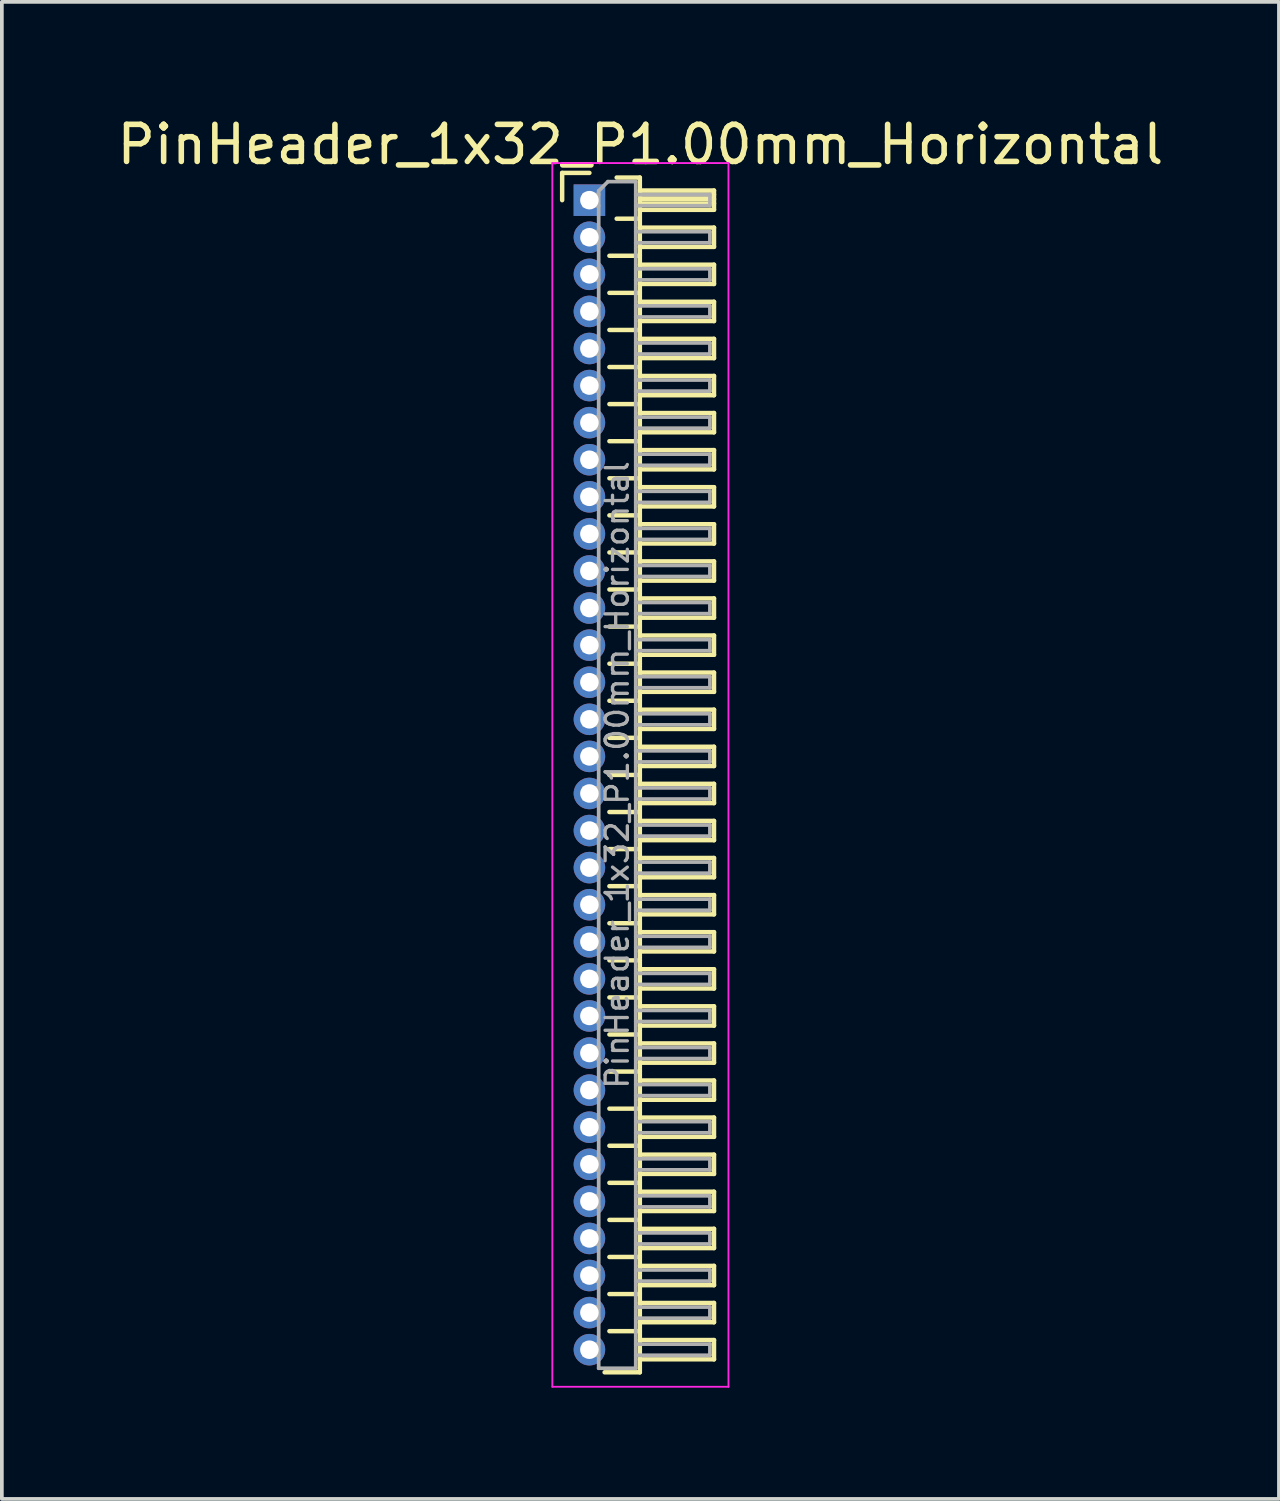
<source format=kicad_pcb>
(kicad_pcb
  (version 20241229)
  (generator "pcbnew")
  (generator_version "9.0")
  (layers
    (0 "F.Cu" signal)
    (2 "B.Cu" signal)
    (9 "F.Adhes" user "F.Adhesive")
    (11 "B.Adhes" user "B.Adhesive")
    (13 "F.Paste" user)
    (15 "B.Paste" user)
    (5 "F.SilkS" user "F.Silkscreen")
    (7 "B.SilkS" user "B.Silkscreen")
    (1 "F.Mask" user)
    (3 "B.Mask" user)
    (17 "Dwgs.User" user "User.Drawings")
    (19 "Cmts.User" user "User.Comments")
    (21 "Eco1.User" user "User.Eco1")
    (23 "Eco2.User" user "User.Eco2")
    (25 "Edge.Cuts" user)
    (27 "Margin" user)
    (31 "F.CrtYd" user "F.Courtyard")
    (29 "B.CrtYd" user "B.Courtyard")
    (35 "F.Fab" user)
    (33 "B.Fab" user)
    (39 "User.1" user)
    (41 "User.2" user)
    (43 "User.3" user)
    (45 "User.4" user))
  (footprint "PinHeader_1x32_P1.00mm_Horizontal"
    (layer "F.Cu")
    (at 12.845 2.348)
    (property "Reference" "PinHeader_1x32_P1.00mm_Horizontal" (at 1.375 -1.5 0) (layer "F.SilkS") (effects (font (size 1 1) (thickness 0.15))))
    (attr through_hole)
    (fp_line (start -0.735 -0.735) (end 0 -0.735) (stroke (width 0.12) (type solid)) (layer "F.SilkS"))
    (fp_line (start -0.735 0) (end -0.735 -0.735) (stroke (width 0.12) (type solid)) (layer "F.SilkS"))
    (fp_line (start 0.539 1.5) (end 1.36 1.5) (stroke (width 0.12) (type solid)) (layer "F.SilkS"))
    (fp_line (start 0.539 2.5) (end 1.36 2.5) (stroke (width 0.12) (type solid)) (layer "F.SilkS"))
    (fp_line (start 0.539 3.5) (end 1.36 3.5) (stroke (width 0.12) (type solid)) (layer "F.SilkS"))
    (fp_line (start 0.539 4.5) (end 1.36 4.5) (stroke (width 0.12) (type solid)) (layer "F.SilkS"))
    (fp_line (start 0.539 5.5) (end 1.36 5.5) (stroke (width 0.12) (type solid)) (layer "F.SilkS"))
    (fp_line (start 0.539 6.5) (end 1.36 6.5) (stroke (width 0.12) (type solid)) (layer "F.SilkS"))
    (fp_line (start 0.539 7.5) (end 1.36 7.5) (stroke (width 0.12) (type solid)) (layer "F.SilkS"))
    (fp_line (start 0.539 8.5) (end 1.36 8.5) (stroke (width 0.12) (type solid)) (layer "F.SilkS"))
    (fp_line (start 0.539 9.5) (end 1.36 9.5) (stroke (width 0.12) (type solid)) (layer "F.SilkS"))
    (fp_line (start 0.539 10.5) (end 1.36 10.5) (stroke (width 0.12) (type solid)) (layer "F.SilkS"))
    (fp_line (start 0.539 11.5) (end 1.36 11.5) (stroke (width 0.12) (type solid)) (layer "F.SilkS"))
    (fp_line (start 0.539 12.5) (end 1.36 12.5) (stroke (width 0.12) (type solid)) (layer "F.SilkS"))
    (fp_line (start 0.539 13.5) (end 1.36 13.5) (stroke (width 0.12) (type solid)) (layer "F.SilkS"))
    (fp_line (start 0.539 14.5) (end 1.36 14.5) (stroke (width 0.12) (type solid)) (layer "F.SilkS"))
    (fp_line (start 0.539 15.5) (end 1.36 15.5) (stroke (width 0.12) (type solid)) (layer "F.SilkS"))
    (fp_line (start 0.539 16.5) (end 1.36 16.5) (stroke (width 0.12) (type solid)) (layer "F.SilkS"))
    (fp_line (start 0.539 17.5) (end 1.36 17.5) (stroke (width 0.12) (type solid)) (layer "F.SilkS"))
    (fp_line (start 0.539 18.5) (end 1.36 18.5) (stroke (width 0.12) (type solid)) (layer "F.SilkS"))
    (fp_line (start 0.539 19.5) (end 1.36 19.5) (stroke (width 0.12) (type solid)) (layer "F.SilkS"))
    (fp_line (start 0.539 20.5) (end 1.36 20.5) (stroke (width 0.12) (type solid)) (layer "F.SilkS"))
    (fp_line (start 0.539 21.5) (end 1.36 21.5) (stroke (width 0.12) (type solid)) (layer "F.SilkS"))
    (fp_line (start 0.539 22.5) (end 1.36 22.5) (stroke (width 0.12) (type solid)) (layer "F.SilkS"))
    (fp_line (start 0.539 23.5) (end 1.36 23.5) (stroke (width 0.12) (type solid)) (layer "F.SilkS"))
    (fp_line (start 0.539 24.5) (end 1.36 24.5) (stroke (width 0.12) (type solid)) (layer "F.SilkS"))
    (fp_line (start 0.539 25.5) (end 1.36 25.5) (stroke (width 0.12) (type solid)) (layer "F.SilkS"))
    (fp_line (start 0.539 26.5) (end 1.36 26.5) (stroke (width 0.12) (type solid)) (layer "F.SilkS"))
    (fp_line (start 0.539 27.5) (end 1.36 27.5) (stroke (width 0.12) (type solid)) (layer "F.SilkS"))
    (fp_line (start 0.539 28.5) (end 1.36 28.5) (stroke (width 0.12) (type solid)) (layer "F.SilkS"))
    (fp_line (start 0.539 29.5) (end 1.36 29.5) (stroke (width 0.12) (type solid)) (layer "F.SilkS"))
    (fp_line (start 0.539 30.5) (end 1.36 30.5) (stroke (width 0.12) (type solid)) (layer "F.SilkS"))
    (fp_line (start 0.735 -0.61) (end 1.36 -0.61) (stroke (width 0.12) (type solid)) (layer "F.SilkS"))
    (fp_line (start 0.735 0.5) (end 1.36 0.5) (stroke (width 0.12) (type solid)) (layer "F.SilkS"))
    (fp_line (start 1.36 -0.61) (end 1.36 31.61) (stroke (width 0.12) (type solid)) (layer "F.SilkS"))
    (fp_line (start 1.36 -0.26) (end 3.36 -0.26) (stroke (width 0.12) (type solid)) (layer "F.SilkS"))
    (fp_line (start 1.36 -0.15) (end 3.36 -0.15) (stroke (width 0.12) (type solid)) (layer "F.SilkS"))
    (fp_line (start 1.36 -0.03) (end 3.36 -0.03) (stroke (width 0.12) (type solid)) (layer "F.SilkS"))
    (fp_line (start 1.36 0.09) (end 3.36 0.09) (stroke (width 0.12) (type solid)) (layer "F.SilkS"))
    (fp_line (start 1.36 0.74) (end 3.36 0.74) (stroke (width 0.12) (type solid)) (layer "F.SilkS"))
    (fp_line (start 1.36 1.74) (end 3.36 1.74) (stroke (width 0.12) (type solid)) (layer "F.SilkS"))
    (fp_line (start 1.36 2.74) (end 3.36 2.74) (stroke (width 0.12) (type solid)) (layer "F.SilkS"))
    (fp_line (start 1.36 3.74) (end 3.36 3.74) (stroke (width 0.12) (type solid)) (layer "F.SilkS"))
    (fp_line (start 1.36 4.74) (end 3.36 4.74) (stroke (width 0.12) (type solid)) (layer "F.SilkS"))
    (fp_line (start 1.36 5.74) (end 3.36 5.74) (stroke (width 0.12) (type solid)) (layer "F.SilkS"))
    (fp_line (start 1.36 6.74) (end 3.36 6.74) (stroke (width 0.12) (type solid)) (layer "F.SilkS"))
    (fp_line (start 1.36 7.74) (end 3.36 7.74) (stroke (width 0.12) (type solid)) (layer "F.SilkS"))
    (fp_line (start 1.36 8.74) (end 3.36 8.74) (stroke (width 0.12) (type solid)) (layer "F.SilkS"))
    (fp_line (start 1.36 9.74) (end 3.36 9.74) (stroke (width 0.12) (type solid)) (layer "F.SilkS"))
    (fp_line (start 1.36 10.74) (end 3.36 10.74) (stroke (width 0.12) (type solid)) (layer "F.SilkS"))
    (fp_line (start 1.36 11.74) (end 3.36 11.74) (stroke (width 0.12) (type solid)) (layer "F.SilkS"))
    (fp_line (start 1.36 12.74) (end 3.36 12.74) (stroke (width 0.12) (type solid)) (layer "F.SilkS"))
    (fp_line (start 1.36 13.74) (end 3.36 13.74) (stroke (width 0.12) (type solid)) (layer "F.SilkS"))
    (fp_line (start 1.36 14.74) (end 3.36 14.74) (stroke (width 0.12) (type solid)) (layer "F.SilkS"))
    (fp_line (start 1.36 15.74) (end 3.36 15.74) (stroke (width 0.12) (type solid)) (layer "F.SilkS"))
    (fp_line (start 1.36 16.74) (end 3.36 16.74) (stroke (width 0.12) (type solid)) (layer "F.SilkS"))
    (fp_line (start 1.36 17.74) (end 3.36 17.74) (stroke (width 0.12) (type solid)) (layer "F.SilkS"))
    (fp_line (start 1.36 18.74) (end 3.36 18.74) (stroke (width 0.12) (type solid)) (layer "F.SilkS"))
    (fp_line (start 1.36 19.74) (end 3.36 19.74) (stroke (width 0.12) (type solid)) (layer "F.SilkS"))
    (fp_line (start 1.36 20.74) (end 3.36 20.74) (stroke (width 0.12) (type solid)) (layer "F.SilkS"))
    (fp_line (start 1.36 21.74) (end 3.36 21.74) (stroke (width 0.12) (type solid)) (layer "F.SilkS"))
    (fp_line (start 1.36 22.74) (end 3.36 22.74) (stroke (width 0.12) (type solid)) (layer "F.SilkS"))
    (fp_line (start 1.36 23.74) (end 3.36 23.74) (stroke (width 0.12) (type solid)) (layer "F.SilkS"))
    (fp_line (start 1.36 24.74) (end 3.36 24.74) (stroke (width 0.12) (type solid)) (layer "F.SilkS"))
    (fp_line (start 1.36 25.74) (end 3.36 25.74) (stroke (width 0.12) (type solid)) (layer "F.SilkS"))
    (fp_line (start 1.36 26.74) (end 3.36 26.74) (stroke (width 0.12) (type solid)) (layer "F.SilkS"))
    (fp_line (start 1.36 27.74) (end 3.36 27.74) (stroke (width 0.12) (type solid)) (layer "F.SilkS"))
    (fp_line (start 1.36 28.74) (end 3.36 28.74) (stroke (width 0.12) (type solid)) (layer "F.SilkS"))
    (fp_line (start 1.36 29.74) (end 3.36 29.74) (stroke (width 0.12) (type solid)) (layer "F.SilkS"))
    (fp_line (start 1.36 30.74) (end 3.36 30.74) (stroke (width 0.12) (type solid)) (layer "F.SilkS"))
    (fp_line (start 1.36 31.61) (end 0.41 31.61) (stroke (width 0.12) (type solid)) (layer "F.SilkS"))
    (fp_line (start 3.36 -0.26) (end 3.36 0.26) (stroke (width 0.12) (type solid)) (layer "F.SilkS"))
    (fp_line (start 3.36 0.26) (end 1.36 0.26) (stroke (width 0.12) (type solid)) (layer "F.SilkS"))
    (fp_line (start 3.36 0.74) (end 3.36 1.26) (stroke (width 0.12) (type solid)) (layer "F.SilkS"))
    (fp_line (start 3.36 1.26) (end 1.36 1.26) (stroke (width 0.12) (type solid)) (layer "F.SilkS"))
    (fp_line (start 3.36 1.74) (end 3.36 2.26) (stroke (width 0.12) (type solid)) (layer "F.SilkS"))
    (fp_line (start 3.36 2.26) (end 1.36 2.26) (stroke (width 0.12) (type solid)) (layer "F.SilkS"))
    (fp_line (start 3.36 2.74) (end 3.36 3.26) (stroke (width 0.12) (type solid)) (layer "F.SilkS"))
    (fp_line (start 3.36 3.26) (end 1.36 3.26) (stroke (width 0.12) (type solid)) (layer "F.SilkS"))
    (fp_line (start 3.36 3.74) (end 3.36 4.26) (stroke (width 0.12) (type solid)) (layer "F.SilkS"))
    (fp_line (start 3.36 4.26) (end 1.36 4.26) (stroke (width 0.12) (type solid)) (layer "F.SilkS"))
    (fp_line (start 3.36 4.74) (end 3.36 5.26) (stroke (width 0.12) (type solid)) (layer "F.SilkS"))
    (fp_line (start 3.36 5.26) (end 1.36 5.26) (stroke (width 0.12) (type solid)) (layer "F.SilkS"))
    (fp_line (start 3.36 5.74) (end 3.36 6.26) (stroke (width 0.12) (type solid)) (layer "F.SilkS"))
    (fp_line (start 3.36 6.26) (end 1.36 6.26) (stroke (width 0.12) (type solid)) (layer "F.SilkS"))
    (fp_line (start 3.36 6.74) (end 3.36 7.26) (stroke (width 0.12) (type solid)) (layer "F.SilkS"))
    (fp_line (start 3.36 7.26) (end 1.36 7.26) (stroke (width 0.12) (type solid)) (layer "F.SilkS"))
    (fp_line (start 3.36 7.74) (end 3.36 8.26) (stroke (width 0.12) (type solid)) (layer "F.SilkS"))
    (fp_line (start 3.36 8.26) (end 1.36 8.26) (stroke (width 0.12) (type solid)) (layer "F.SilkS"))
    (fp_line (start 3.36 8.74) (end 3.36 9.26) (stroke (width 0.12) (type solid)) (layer "F.SilkS"))
    (fp_line (start 3.36 9.26) (end 1.36 9.26) (stroke (width 0.12) (type solid)) (layer "F.SilkS"))
    (fp_line (start 3.36 9.74) (end 3.36 10.26) (stroke (width 0.12) (type solid)) (layer "F.SilkS"))
    (fp_line (start 3.36 10.26) (end 1.36 10.26) (stroke (width 0.12) (type solid)) (layer "F.SilkS"))
    (fp_line (start 3.36 10.74) (end 3.36 11.26) (stroke (width 0.12) (type solid)) (layer "F.SilkS"))
    (fp_line (start 3.36 11.26) (end 1.36 11.26) (stroke (width 0.12) (type solid)) (layer "F.SilkS"))
    (fp_line (start 3.36 11.74) (end 3.36 12.26) (stroke (width 0.12) (type solid)) (layer "F.SilkS"))
    (fp_line (start 3.36 12.26) (end 1.36 12.26) (stroke (width 0.12) (type solid)) (layer "F.SilkS"))
    (fp_line (start 3.36 12.74) (end 3.36 13.26) (stroke (width 0.12) (type solid)) (layer "F.SilkS"))
    (fp_line (start 3.36 13.26) (end 1.36 13.26) (stroke (width 0.12) (type solid)) (layer "F.SilkS"))
    (fp_line (start 3.36 13.74) (end 3.36 14.26) (stroke (width 0.12) (type solid)) (layer "F.SilkS"))
    (fp_line (start 3.36 14.26) (end 1.36 14.26) (stroke (width 0.12) (type solid)) (layer "F.SilkS"))
    (fp_line (start 3.36 14.74) (end 3.36 15.26) (stroke (width 0.12) (type solid)) (layer "F.SilkS"))
    (fp_line (start 3.36 15.26) (end 1.36 15.26) (stroke (width 0.12) (type solid)) (layer "F.SilkS"))
    (fp_line (start 3.36 15.74) (end 3.36 16.26) (stroke (width 0.12) (type solid)) (layer "F.SilkS"))
    (fp_line (start 3.36 16.26) (end 1.36 16.26) (stroke (width 0.12) (type solid)) (layer "F.SilkS"))
    (fp_line (start 3.36 16.74) (end 3.36 17.26) (stroke (width 0.12) (type solid)) (layer "F.SilkS"))
    (fp_line (start 3.36 17.26) (end 1.36 17.26) (stroke (width 0.12) (type solid)) (layer "F.SilkS"))
    (fp_line (start 3.36 17.74) (end 3.36 18.26) (stroke (width 0.12) (type solid)) (layer "F.SilkS"))
    (fp_line (start 3.36 18.26) (end 1.36 18.26) (stroke (width 0.12) (type solid)) (layer "F.SilkS"))
    (fp_line (start 3.36 18.74) (end 3.36 19.26) (stroke (width 0.12) (type solid)) (layer "F.SilkS"))
    (fp_line (start 3.36 19.26) (end 1.36 19.26) (stroke (width 0.12) (type solid)) (layer "F.SilkS"))
    (fp_line (start 3.36 19.74) (end 3.36 20.26) (stroke (width 0.12) (type solid)) (layer "F.SilkS"))
    (fp_line (start 3.36 20.26) (end 1.36 20.26) (stroke (width 0.12) (type solid)) (layer "F.SilkS"))
    (fp_line (start 3.36 20.74) (end 3.36 21.26) (stroke (width 0.12) (type solid)) (layer "F.SilkS"))
    (fp_line (start 3.36 21.26) (end 1.36 21.26) (stroke (width 0.12) (type solid)) (layer "F.SilkS"))
    (fp_line (start 3.36 21.74) (end 3.36 22.26) (stroke (width 0.12) (type solid)) (layer "F.SilkS"))
    (fp_line (start 3.36 22.26) (end 1.36 22.26) (stroke (width 0.12) (type solid)) (layer "F.SilkS"))
    (fp_line (start 3.36 22.74) (end 3.36 23.26) (stroke (width 0.12) (type solid)) (layer "F.SilkS"))
    (fp_line (start 3.36 23.26) (end 1.36 23.26) (stroke (width 0.12) (type solid)) (layer "F.SilkS"))
    (fp_line (start 3.36 23.74) (end 3.36 24.26) (stroke (width 0.12) (type solid)) (layer "F.SilkS"))
    (fp_line (start 3.36 24.26) (end 1.36 24.26) (stroke (width 0.12) (type solid)) (layer "F.SilkS"))
    (fp_line (start 3.36 24.74) (end 3.36 25.26) (stroke (width 0.12) (type solid)) (layer "F.SilkS"))
    (fp_line (start 3.36 25.26) (end 1.36 25.26) (stroke (width 0.12) (type solid)) (layer "F.SilkS"))
    (fp_line (start 3.36 25.74) (end 3.36 26.26) (stroke (width 0.12) (type solid)) (layer "F.SilkS"))
    (fp_line (start 3.36 26.26) (end 1.36 26.26) (stroke (width 0.12) (type solid)) (layer "F.SilkS"))
    (fp_line (start 3.36 26.74) (end 3.36 27.26) (stroke (width 0.12) (type solid)) (layer "F.SilkS"))
    (fp_line (start 3.36 27.26) (end 1.36 27.26) (stroke (width 0.12) (type solid)) (layer "F.SilkS"))
    (fp_line (start 3.36 27.74) (end 3.36 28.26) (stroke (width 0.12) (type solid)) (layer "F.SilkS"))
    (fp_line (start 3.36 28.26) (end 1.36 28.26) (stroke (width 0.12) (type solid)) (layer "F.SilkS"))
    (fp_line (start 3.36 28.74) (end 3.36 29.26) (stroke (width 0.12) (type solid)) (layer "F.SilkS"))
    (fp_line (start 3.36 29.26) (end 1.36 29.26) (stroke (width 0.12) (type solid)) (layer "F.SilkS"))
    (fp_line (start 3.36 29.74) (end 3.36 30.26) (stroke (width 0.12) (type solid)) (layer "F.SilkS"))
    (fp_line (start 3.36 30.26) (end 1.36 30.26) (stroke (width 0.12) (type solid)) (layer "F.SilkS"))
    (fp_line (start 3.36 30.74) (end 3.36 31.26) (stroke (width 0.12) (type solid)) (layer "F.SilkS"))
    (fp_line (start 3.36 31.26) (end 1.36 31.26) (stroke (width 0.12) (type solid)) (layer "F.SilkS"))
    (fp_line (start -1 -1) (end -1 32) (stroke (width 0.05) (type solid)) (layer "F.CrtYd"))
    (fp_line (start -1 32) (end 3.75 32) (stroke (width 0.05) (type solid)) (layer "F.CrtYd"))
    (fp_line (start 3.75 -1) (end -1 -1) (stroke (width 0.05) (type solid)) (layer "F.CrtYd"))
    (fp_line (start 3.75 32) (end 3.75 -1) (stroke (width 0.05) (type solid)) (layer "F.CrtYd"))
    (fp_line (start -0.15 -0.15) (end -0.15 0.15) (stroke (width 0.1) (type solid)) (layer "F.Fab"))
    (fp_line (start -0.15 -0.15) (end 0.25 -0.15) (stroke (width 0.1) (type solid)) (layer "F.Fab"))
    (fp_line (start -0.15 0.15) (end 0.25 0.15) (stroke (width 0.1) (type solid)) (layer "F.Fab"))
    (fp_line (start -0.15 0.85) (end -0.15 1.15) (stroke (width 0.1) (type solid)) (layer "F.Fab"))
    (fp_line (start -0.15 0.85) (end 0.25 0.85) (stroke (width 0.1) (type solid)) (layer "F.Fab"))
    (fp_line (start -0.15 1.15) (end 0.25 1.15) (stroke (width 0.1) (type solid)) (layer "F.Fab"))
    (fp_line (start -0.15 1.85) (end -0.15 2.15) (stroke (width 0.1) (type solid)) (layer "F.Fab"))
    (fp_line (start -0.15 1.85) (end 0.25 1.85) (stroke (width 0.1) (type solid)) (layer "F.Fab"))
    (fp_line (start -0.15 2.15) (end 0.25 2.15) (stroke (width 0.1) (type solid)) (layer "F.Fab"))
    (fp_line (start -0.15 2.85) (end -0.15 3.15) (stroke (width 0.1) (type solid)) (layer "F.Fab"))
    (fp_line (start -0.15 2.85) (end 0.25 2.85) (stroke (width 0.1) (type solid)) (layer "F.Fab"))
    (fp_line (start -0.15 3.15) (end 0.25 3.15) (stroke (width 0.1) (type solid)) (layer "F.Fab"))
    (fp_line (start -0.15 3.85) (end -0.15 4.15) (stroke (width 0.1) (type solid)) (layer "F.Fab"))
    (fp_line (start -0.15 3.85) (end 0.25 3.85) (stroke (width 0.1) (type solid)) (layer "F.Fab"))
    (fp_line (start -0.15 4.15) (end 0.25 4.15) (stroke (width 0.1) (type solid)) (layer "F.Fab"))
    (fp_line (start -0.15 4.85) (end -0.15 5.15) (stroke (width 0.1) (type solid)) (layer "F.Fab"))
    (fp_line (start -0.15 4.85) (end 0.25 4.85) (stroke (width 0.1) (type solid)) (layer "F.Fab"))
    (fp_line (start -0.15 5.15) (end 0.25 5.15) (stroke (width 0.1) (type solid)) (layer "F.Fab"))
    (fp_line (start -0.15 5.85) (end -0.15 6.15) (stroke (width 0.1) (type solid)) (layer "F.Fab"))
    (fp_line (start -0.15 5.85) (end 0.25 5.85) (stroke (width 0.1) (type solid)) (layer "F.Fab"))
    (fp_line (start -0.15 6.15) (end 0.25 6.15) (stroke (width 0.1) (type solid)) (layer "F.Fab"))
    (fp_line (start -0.15 6.85) (end -0.15 7.15) (stroke (width 0.1) (type solid)) (layer "F.Fab"))
    (fp_line (start -0.15 6.85) (end 0.25 6.85) (stroke (width 0.1) (type solid)) (layer "F.Fab"))
    (fp_line (start -0.15 7.15) (end 0.25 7.15) (stroke (width 0.1) (type solid)) (layer "F.Fab"))
    (fp_line (start -0.15 7.85) (end -0.15 8.15) (stroke (width 0.1) (type solid)) (layer "F.Fab"))
    (fp_line (start -0.15 7.85) (end 0.25 7.85) (stroke (width 0.1) (type solid)) (layer "F.Fab"))
    (fp_line (start -0.15 8.15) (end 0.25 8.15) (stroke (width 0.1) (type solid)) (layer "F.Fab"))
    (fp_line (start -0.15 8.85) (end -0.15 9.15) (stroke (width 0.1) (type solid)) (layer "F.Fab"))
    (fp_line (start -0.15 8.85) (end 0.25 8.85) (stroke (width 0.1) (type solid)) (layer "F.Fab"))
    (fp_line (start -0.15 9.15) (end 0.25 9.15) (stroke (width 0.1) (type solid)) (layer "F.Fab"))
    (fp_line (start -0.15 9.85) (end -0.15 10.15) (stroke (width 0.1) (type solid)) (layer "F.Fab"))
    (fp_line (start -0.15 9.85) (end 0.25 9.85) (stroke (width 0.1) (type solid)) (layer "F.Fab"))
    (fp_line (start -0.15 10.15) (end 0.25 10.15) (stroke (width 0.1) (type solid)) (layer "F.Fab"))
    (fp_line (start -0.15 10.85) (end -0.15 11.15) (stroke (width 0.1) (type solid)) (layer "F.Fab"))
    (fp_line (start -0.15 10.85) (end 0.25 10.85) (stroke (width 0.1) (type solid)) (layer "F.Fab"))
    (fp_line (start -0.15 11.15) (end 0.25 11.15) (stroke (width 0.1) (type solid)) (layer "F.Fab"))
    (fp_line (start -0.15 11.85) (end -0.15 12.15) (stroke (width 0.1) (type solid)) (layer "F.Fab"))
    (fp_line (start -0.15 11.85) (end 0.25 11.85) (stroke (width 0.1) (type solid)) (layer "F.Fab"))
    (fp_line (start -0.15 12.15) (end 0.25 12.15) (stroke (width 0.1) (type solid)) (layer "F.Fab"))
    (fp_line (start -0.15 12.85) (end -0.15 13.15) (stroke (width 0.1) (type solid)) (layer "F.Fab"))
    (fp_line (start -0.15 12.85) (end 0.25 12.85) (stroke (width 0.1) (type solid)) (layer "F.Fab"))
    (fp_line (start -0.15 13.15) (end 0.25 13.15) (stroke (width 0.1) (type solid)) (layer "F.Fab"))
    (fp_line (start -0.15 13.85) (end -0.15 14.15) (stroke (width 0.1) (type solid)) (layer "F.Fab"))
    (fp_line (start -0.15 13.85) (end 0.25 13.85) (stroke (width 0.1) (type solid)) (layer "F.Fab"))
    (fp_line (start -0.15 14.15) (end 0.25 14.15) (stroke (width 0.1) (type solid)) (layer "F.Fab"))
    (fp_line (start -0.15 14.85) (end -0.15 15.15) (stroke (width 0.1) (type solid)) (layer "F.Fab"))
    (fp_line (start -0.15 14.85) (end 0.25 14.85) (stroke (width 0.1) (type solid)) (layer "F.Fab"))
    (fp_line (start -0.15 15.15) (end 0.25 15.15) (stroke (width 0.1) (type solid)) (layer "F.Fab"))
    (fp_line (start -0.15 15.85) (end -0.15 16.15) (stroke (width 0.1) (type solid)) (layer "F.Fab"))
    (fp_line (start -0.15 15.85) (end 0.25 15.85) (stroke (width 0.1) (type solid)) (layer "F.Fab"))
    (fp_line (start -0.15 16.15) (end 0.25 16.15) (stroke (width 0.1) (type solid)) (layer "F.Fab"))
    (fp_line (start -0.15 16.85) (end -0.15 17.15) (stroke (width 0.1) (type solid)) (layer "F.Fab"))
    (fp_line (start -0.15 16.85) (end 0.25 16.85) (stroke (width 0.1) (type solid)) (layer "F.Fab"))
    (fp_line (start -0.15 17.15) (end 0.25 17.15) (stroke (width 0.1) (type solid)) (layer "F.Fab"))
    (fp_line (start -0.15 17.85) (end -0.15 18.15) (stroke (width 0.1) (type solid)) (layer "F.Fab"))
    (fp_line (start -0.15 17.85) (end 0.25 17.85) (stroke (width 0.1) (type solid)) (layer "F.Fab"))
    (fp_line (start -0.15 18.15) (end 0.25 18.15) (stroke (width 0.1) (type solid)) (layer "F.Fab"))
    (fp_line (start -0.15 18.85) (end -0.15 19.15) (stroke (width 0.1) (type solid)) (layer "F.Fab"))
    (fp_line (start -0.15 18.85) (end 0.25 18.85) (stroke (width 0.1) (type solid)) (layer "F.Fab"))
    (fp_line (start -0.15 19.15) (end 0.25 19.15) (stroke (width 0.1) (type solid)) (layer "F.Fab"))
    (fp_line (start -0.15 19.85) (end -0.15 20.15) (stroke (width 0.1) (type solid)) (layer "F.Fab"))
    (fp_line (start -0.15 19.85) (end 0.25 19.85) (stroke (width 0.1) (type solid)) (layer "F.Fab"))
    (fp_line (start -0.15 20.15) (end 0.25 20.15) (stroke (width 0.1) (type solid)) (layer "F.Fab"))
    (fp_line (start -0.15 20.85) (end -0.15 21.15) (stroke (width 0.1) (type solid)) (layer "F.Fab"))
    (fp_line (start -0.15 20.85) (end 0.25 20.85) (stroke (width 0.1) (type solid)) (layer "F.Fab"))
    (fp_line (start -0.15 21.15) (end 0.25 21.15) (stroke (width 0.1) (type solid)) (layer "F.Fab"))
    (fp_line (start -0.15 21.85) (end -0.15 22.15) (stroke (width 0.1) (type solid)) (layer "F.Fab"))
    (fp_line (start -0.15 21.85) (end 0.25 21.85) (stroke (width 0.1) (type solid)) (layer "F.Fab"))
    (fp_line (start -0.15 22.15) (end 0.25 22.15) (stroke (width 0.1) (type solid)) (layer "F.Fab"))
    (fp_line (start -0.15 22.85) (end -0.15 23.15) (stroke (width 0.1) (type solid)) (layer "F.Fab"))
    (fp_line (start -0.15 22.85) (end 0.25 22.85) (stroke (width 0.1) (type solid)) (layer "F.Fab"))
    (fp_line (start -0.15 23.15) (end 0.25 23.15) (stroke (width 0.1) (type solid)) (layer "F.Fab"))
    (fp_line (start -0.15 23.85) (end -0.15 24.15) (stroke (width 0.1) (type solid)) (layer "F.Fab"))
    (fp_line (start -0.15 23.85) (end 0.25 23.85) (stroke (width 0.1) (type solid)) (layer "F.Fab"))
    (fp_line (start -0.15 24.15) (end 0.25 24.15) (stroke (width 0.1) (type solid)) (layer "F.Fab"))
    (fp_line (start -0.15 24.85) (end -0.15 25.15) (stroke (width 0.1) (type solid)) (layer "F.Fab"))
    (fp_line (start -0.15 24.85) (end 0.25 24.85) (stroke (width 0.1) (type solid)) (layer "F.Fab"))
    (fp_line (start -0.15 25.15) (end 0.25 25.15) (stroke (width 0.1) (type solid)) (layer "F.Fab"))
    (fp_line (start -0.15 25.85) (end -0.15 26.15) (stroke (width 0.1) (type solid)) (layer "F.Fab"))
    (fp_line (start -0.15 25.85) (end 0.25 25.85) (stroke (width 0.1) (type solid)) (layer "F.Fab"))
    (fp_line (start -0.15 26.15) (end 0.25 26.15) (stroke (width 0.1) (type solid)) (layer "F.Fab"))
    (fp_line (start -0.15 26.85) (end -0.15 27.15) (stroke (width 0.1) (type solid)) (layer "F.Fab"))
    (fp_line (start -0.15 26.85) (end 0.25 26.85) (stroke (width 0.1) (type solid)) (layer "F.Fab"))
    (fp_line (start -0.15 27.15) (end 0.25 27.15) (stroke (width 0.1) (type solid)) (layer "F.Fab"))
    (fp_line (start -0.15 27.85) (end -0.15 28.15) (stroke (width 0.1) (type solid)) (layer "F.Fab"))
    (fp_line (start -0.15 27.85) (end 0.25 27.85) (stroke (width 0.1) (type solid)) (layer "F.Fab"))
    (fp_line (start -0.15 28.15) (end 0.25 28.15) (stroke (width 0.1) (type solid)) (layer "F.Fab"))
    (fp_line (start -0.15 28.85) (end -0.15 29.15) (stroke (width 0.1) (type solid)) (layer "F.Fab"))
    (fp_line (start -0.15 28.85) (end 0.25 28.85) (stroke (width 0.1) (type solid)) (layer "F.Fab"))
    (fp_line (start -0.15 29.15) (end 0.25 29.15) (stroke (width 0.1) (type solid)) (layer "F.Fab"))
    (fp_line (start -0.15 29.85) (end -0.15 30.15) (stroke (width 0.1) (type solid)) (layer "F.Fab"))
    (fp_line (start -0.15 29.85) (end 0.25 29.85) (stroke (width 0.1) (type solid)) (layer "F.Fab"))
    (fp_line (start -0.15 30.15) (end 0.25 30.15) (stroke (width 0.1) (type solid)) (layer "F.Fab"))
    (fp_line (start -0.15 30.85) (end -0.15 31.15) (stroke (width 0.1) (type solid)) (layer "F.Fab"))
    (fp_line (start -0.15 30.85) (end 0.25 30.85) (stroke (width 0.1) (type solid)) (layer "F.Fab"))
    (fp_line (start -0.15 31.15) (end 0.25 31.15) (stroke (width 0.1) (type solid)) (layer "F.Fab"))
    (fp_line (start 0.25 -0.25) (end 0.5 -0.5) (stroke (width 0.1) (type solid)) (layer "F.Fab"))
    (fp_line (start 0.25 31.5) (end 0.25 -0.25) (stroke (width 0.1) (type solid)) (layer "F.Fab"))
    (fp_line (start 0.5 -0.5) (end 1.25 -0.5) (stroke (width 0.1) (type solid)) (layer "F.Fab"))
    (fp_line (start 1.25 -0.5) (end 1.25 31.5) (stroke (width 0.1) (type solid)) (layer "F.Fab"))
    (fp_line (start 1.25 -0.15) (end 3.25 -0.15) (stroke (width 0.1) (type solid)) (layer "F.Fab"))
    (fp_line (start 1.25 0.15) (end 3.25 0.15) (stroke (width 0.1) (type solid)) (layer "F.Fab"))
    (fp_line (start 1.25 0.85) (end 3.25 0.85) (stroke (width 0.1) (type solid)) (layer "F.Fab"))
    (fp_line (start 1.25 1.15) (end 3.25 1.15) (stroke (width 0.1) (type solid)) (layer "F.Fab"))
    (fp_line (start 1.25 1.85) (end 3.25 1.85) (stroke (width 0.1) (type solid)) (layer "F.Fab"))
    (fp_line (start 1.25 2.15) (end 3.25 2.15) (stroke (width 0.1) (type solid)) (layer "F.Fab"))
    (fp_line (start 1.25 2.85) (end 3.25 2.85) (stroke (width 0.1) (type solid)) (layer "F.Fab"))
    (fp_line (start 1.25 3.15) (end 3.25 3.15) (stroke (width 0.1) (type solid)) (layer "F.Fab"))
    (fp_line (start 1.25 3.85) (end 3.25 3.85) (stroke (width 0.1) (type solid)) (layer "F.Fab"))
    (fp_line (start 1.25 4.15) (end 3.25 4.15) (stroke (width 0.1) (type solid)) (layer "F.Fab"))
    (fp_line (start 1.25 4.85) (end 3.25 4.85) (stroke (width 0.1) (type solid)) (layer "F.Fab"))
    (fp_line (start 1.25 5.15) (end 3.25 5.15) (stroke (width 0.1) (type solid)) (layer "F.Fab"))
    (fp_line (start 1.25 5.85) (end 3.25 5.85) (stroke (width 0.1) (type solid)) (layer "F.Fab"))
    (fp_line (start 1.25 6.15) (end 3.25 6.15) (stroke (width 0.1) (type solid)) (layer "F.Fab"))
    (fp_line (start 1.25 6.85) (end 3.25 6.85) (stroke (width 0.1) (type solid)) (layer "F.Fab"))
    (fp_line (start 1.25 7.15) (end 3.25 7.15) (stroke (width 0.1) (type solid)) (layer "F.Fab"))
    (fp_line (start 1.25 7.85) (end 3.25 7.85) (stroke (width 0.1) (type solid)) (layer "F.Fab"))
    (fp_line (start 1.25 8.15) (end 3.25 8.15) (stroke (width 0.1) (type solid)) (layer "F.Fab"))
    (fp_line (start 1.25 8.85) (end 3.25 8.85) (stroke (width 0.1) (type solid)) (layer "F.Fab"))
    (fp_line (start 1.25 9.15) (end 3.25 9.15) (stroke (width 0.1) (type solid)) (layer "F.Fab"))
    (fp_line (start 1.25 9.85) (end 3.25 9.85) (stroke (width 0.1) (type solid)) (layer "F.Fab"))
    (fp_line (start 1.25 10.15) (end 3.25 10.15) (stroke (width 0.1) (type solid)) (layer "F.Fab"))
    (fp_line (start 1.25 10.85) (end 3.25 10.85) (stroke (width 0.1) (type solid)) (layer "F.Fab"))
    (fp_line (start 1.25 11.15) (end 3.25 11.15) (stroke (width 0.1) (type solid)) (layer "F.Fab"))
    (fp_line (start 1.25 11.85) (end 3.25 11.85) (stroke (width 0.1) (type solid)) (layer "F.Fab"))
    (fp_line (start 1.25 12.15) (end 3.25 12.15) (stroke (width 0.1) (type solid)) (layer "F.Fab"))
    (fp_line (start 1.25 12.85) (end 3.25 12.85) (stroke (width 0.1) (type solid)) (layer "F.Fab"))
    (fp_line (start 1.25 13.15) (end 3.25 13.15) (stroke (width 0.1) (type solid)) (layer "F.Fab"))
    (fp_line (start 1.25 13.85) (end 3.25 13.85) (stroke (width 0.1) (type solid)) (layer "F.Fab"))
    (fp_line (start 1.25 14.15) (end 3.25 14.15) (stroke (width 0.1) (type solid)) (layer "F.Fab"))
    (fp_line (start 1.25 14.85) (end 3.25 14.85) (stroke (width 0.1) (type solid)) (layer "F.Fab"))
    (fp_line (start 1.25 15.15) (end 3.25 15.15) (stroke (width 0.1) (type solid)) (layer "F.Fab"))
    (fp_line (start 1.25 15.85) (end 3.25 15.85) (stroke (width 0.1) (type solid)) (layer "F.Fab"))
    (fp_line (start 1.25 16.15) (end 3.25 16.15) (stroke (width 0.1) (type solid)) (layer "F.Fab"))
    (fp_line (start 1.25 16.85) (end 3.25 16.85) (stroke (width 0.1) (type solid)) (layer "F.Fab"))
    (fp_line (start 1.25 17.15) (end 3.25 17.15) (stroke (width 0.1) (type solid)) (layer "F.Fab"))
    (fp_line (start 1.25 17.85) (end 3.25 17.85) (stroke (width 0.1) (type solid)) (layer "F.Fab"))
    (fp_line (start 1.25 18.15) (end 3.25 18.15) (stroke (width 0.1) (type solid)) (layer "F.Fab"))
    (fp_line (start 1.25 18.85) (end 3.25 18.85) (stroke (width 0.1) (type solid)) (layer "F.Fab"))
    (fp_line (start 1.25 19.15) (end 3.25 19.15) (stroke (width 0.1) (type solid)) (layer "F.Fab"))
    (fp_line (start 1.25 19.85) (end 3.25 19.85) (stroke (width 0.1) (type solid)) (layer "F.Fab"))
    (fp_line (start 1.25 20.15) (end 3.25 20.15) (stroke (width 0.1) (type solid)) (layer "F.Fab"))
    (fp_line (start 1.25 20.85) (end 3.25 20.85) (stroke (width 0.1) (type solid)) (layer "F.Fab"))
    (fp_line (start 1.25 21.15) (end 3.25 21.15) (stroke (width 0.1) (type solid)) (layer "F.Fab"))
    (fp_line (start 1.25 21.85) (end 3.25 21.85) (stroke (width 0.1) (type solid)) (layer "F.Fab"))
    (fp_line (start 1.25 22.15) (end 3.25 22.15) (stroke (width 0.1) (type solid)) (layer "F.Fab"))
    (fp_line (start 1.25 22.85) (end 3.25 22.85) (stroke (width 0.1) (type solid)) (layer "F.Fab"))
    (fp_line (start 1.25 23.15) (end 3.25 23.15) (stroke (width 0.1) (type solid)) (layer "F.Fab"))
    (fp_line (start 1.25 23.85) (end 3.25 23.85) (stroke (width 0.1) (type solid)) (layer "F.Fab"))
    (fp_line (start 1.25 24.15) (end 3.25 24.15) (stroke (width 0.1) (type solid)) (layer "F.Fab"))
    (fp_line (start 1.25 24.85) (end 3.25 24.85) (stroke (width 0.1) (type solid)) (layer "F.Fab"))
    (fp_line (start 1.25 25.15) (end 3.25 25.15) (stroke (width 0.1) (type solid)) (layer "F.Fab"))
    (fp_line (start 1.25 25.85) (end 3.25 25.85) (stroke (width 0.1) (type solid)) (layer "F.Fab"))
    (fp_line (start 1.25 26.15) (end 3.25 26.15) (stroke (width 0.1) (type solid)) (layer "F.Fab"))
    (fp_line (start 1.25 26.85) (end 3.25 26.85) (stroke (width 0.1) (type solid)) (layer "F.Fab"))
    (fp_line (start 1.25 27.15) (end 3.25 27.15) (stroke (width 0.1) (type solid)) (layer "F.Fab"))
    (fp_line (start 1.25 27.85) (end 3.25 27.85) (stroke (width 0.1) (type solid)) (layer "F.Fab"))
    (fp_line (start 1.25 28.15) (end 3.25 28.15) (stroke (width 0.1) (type solid)) (layer "F.Fab"))
    (fp_line (start 1.25 28.85) (end 3.25 28.85) (stroke (width 0.1) (type solid)) (layer "F.Fab"))
    (fp_line (start 1.25 29.15) (end 3.25 29.15) (stroke (width 0.1) (type solid)) (layer "F.Fab"))
    (fp_line (start 1.25 29.85) (end 3.25 29.85) (stroke (width 0.1) (type solid)) (layer "F.Fab"))
    (fp_line (start 1.25 30.15) (end 3.25 30.15) (stroke (width 0.1) (type solid)) (layer "F.Fab"))
    (fp_line (start 1.25 30.85) (end 3.25 30.85) (stroke (width 0.1) (type solid)) (layer "F.Fab"))
    (fp_line (start 1.25 31.15) (end 3.25 31.15) (stroke (width 0.1) (type solid)) (layer "F.Fab"))
    (fp_line (start 1.25 31.5) (end 0.25 31.5) (stroke (width 0.1) (type solid)) (layer "F.Fab"))
    (fp_line (start 3.25 -0.15) (end 3.25 0.15) (stroke (width 0.1) (type solid)) (layer "F.Fab"))
    (fp_line (start 3.25 0.85) (end 3.25 1.15) (stroke (width 0.1) (type solid)) (layer "F.Fab"))
    (fp_line (start 3.25 1.85) (end 3.25 2.15) (stroke (width 0.1) (type solid)) (layer "F.Fab"))
    (fp_line (start 3.25 2.85) (end 3.25 3.15) (stroke (width 0.1) (type solid)) (layer "F.Fab"))
    (fp_line (start 3.25 3.85) (end 3.25 4.15) (stroke (width 0.1) (type solid)) (layer "F.Fab"))
    (fp_line (start 3.25 4.85) (end 3.25 5.15) (stroke (width 0.1) (type solid)) (layer "F.Fab"))
    (fp_line (start 3.25 5.85) (end 3.25 6.15) (stroke (width 0.1) (type solid)) (layer "F.Fab"))
    (fp_line (start 3.25 6.85) (end 3.25 7.15) (stroke (width 0.1) (type solid)) (layer "F.Fab"))
    (fp_line (start 3.25 7.85) (end 3.25 8.15) (stroke (width 0.1) (type solid)) (layer "F.Fab"))
    (fp_line (start 3.25 8.85) (end 3.25 9.15) (stroke (width 0.1) (type solid)) (layer "F.Fab"))
    (fp_line (start 3.25 9.85) (end 3.25 10.15) (stroke (width 0.1) (type solid)) (layer "F.Fab"))
    (fp_line (start 3.25 10.85) (end 3.25 11.15) (stroke (width 0.1) (type solid)) (layer "F.Fab"))
    (fp_line (start 3.25 11.85) (end 3.25 12.15) (stroke (width 0.1) (type solid)) (layer "F.Fab"))
    (fp_line (start 3.25 12.85) (end 3.25 13.15) (stroke (width 0.1) (type solid)) (layer "F.Fab"))
    (fp_line (start 3.25 13.85) (end 3.25 14.15) (stroke (width 0.1) (type solid)) (layer "F.Fab"))
    (fp_line (start 3.25 14.85) (end 3.25 15.15) (stroke (width 0.1) (type solid)) (layer "F.Fab"))
    (fp_line (start 3.25 15.85) (end 3.25 16.15) (stroke (width 0.1) (type solid)) (layer "F.Fab"))
    (fp_line (start 3.25 16.85) (end 3.25 17.15) (stroke (width 0.1) (type solid)) (layer "F.Fab"))
    (fp_line (start 3.25 17.85) (end 3.25 18.15) (stroke (width 0.1) (type solid)) (layer "F.Fab"))
    (fp_line (start 3.25 18.85) (end 3.25 19.15) (stroke (width 0.1) (type solid)) (layer "F.Fab"))
    (fp_line (start 3.25 19.85) (end 3.25 20.15) (stroke (width 0.1) (type solid)) (layer "F.Fab"))
    (fp_line (start 3.25 20.85) (end 3.25 21.15) (stroke (width 0.1) (type solid)) (layer "F.Fab"))
    (fp_line (start 3.25 21.85) (end 3.25 22.15) (stroke (width 0.1) (type solid)) (layer "F.Fab"))
    (fp_line (start 3.25 22.85) (end 3.25 23.15) (stroke (width 0.1) (type solid)) (layer "F.Fab"))
    (fp_line (start 3.25 23.85) (end 3.25 24.15) (stroke (width 0.1) (type solid)) (layer "F.Fab"))
    (fp_line (start 3.25 24.85) (end 3.25 25.15) (stroke (width 0.1) (type solid)) (layer "F.Fab"))
    (fp_line (start 3.25 25.85) (end 3.25 26.15) (stroke (width 0.1) (type solid)) (layer "F.Fab"))
    (fp_line (start 3.25 26.85) (end 3.25 27.15) (stroke (width 0.1) (type solid)) (layer "F.Fab"))
    (fp_line (start 3.25 27.85) (end 3.25 28.15) (stroke (width 0.1) (type solid)) (layer "F.Fab"))
    (fp_line (start 3.25 28.85) (end 3.25 29.15) (stroke (width 0.1) (type solid)) (layer "F.Fab"))
    (fp_line (start 3.25 29.85) (end 3.25 30.15) (stroke (width 0.1) (type solid)) (layer "F.Fab"))
    (fp_line (start 3.25 30.85) (end 3.25 31.15) (stroke (width 0.1) (type solid)) (layer "F.Fab"))
    (fp_text user "${REFERENCE}" (at 0.75 15.5 90) (layer "F.Fab") (effects (font (size 0.6 0.6) (thickness 0.09))))
    (pad "1" thru_hole rect (at 0 0) (size 0.85 0.85) (drill 0.5) (layers "*.Cu" "*.Mask"))
    (pad "2" thru_hole circle (at 0 1) (size 0.85 0.85) (drill 0.5) (layers "*.Cu" "*.Mask"))
    (pad "3" thru_hole circle (at 0 2) (size 0.85 0.85) (drill 0.5) (layers "*.Cu" "*.Mask"))
    (pad "4" thru_hole circle (at 0 3) (size 0.85 0.85) (drill 0.5) (layers "*.Cu" "*.Mask"))
    (pad "5" thru_hole circle (at 0 4) (size 0.85 0.85) (drill 0.5) (layers "*.Cu" "*.Mask"))
    (pad "6" thru_hole circle (at 0 5) (size 0.85 0.85) (drill 0.5) (layers "*.Cu" "*.Mask"))
    (pad "7" thru_hole circle (at 0 6) (size 0.85 0.85) (drill 0.5) (layers "*.Cu" "*.Mask"))
    (pad "8" thru_hole circle (at 0 7) (size 0.85 0.85) (drill 0.5) (layers "*.Cu" "*.Mask"))
    (pad "9" thru_hole circle (at 0 8) (size 0.85 0.85) (drill 0.5) (layers "*.Cu" "*.Mask"))
    (pad "10" thru_hole circle (at 0 9) (size 0.85 0.85) (drill 0.5) (layers "*.Cu" "*.Mask"))
    (pad "11" thru_hole circle (at 0 10) (size 0.85 0.85) (drill 0.5) (layers "*.Cu" "*.Mask"))
    (pad "12" thru_hole circle (at 0 11) (size 0.85 0.85) (drill 0.5) (layers "*.Cu" "*.Mask"))
    (pad "13" thru_hole circle (at 0 12) (size 0.85 0.85) (drill 0.5) (layers "*.Cu" "*.Mask"))
    (pad "14" thru_hole circle (at 0 13) (size 0.85 0.85) (drill 0.5) (layers "*.Cu" "*.Mask"))
    (pad "15" thru_hole circle (at 0 14) (size 0.85 0.85) (drill 0.5) (layers "*.Cu" "*.Mask"))
    (pad "16" thru_hole circle (at 0 15) (size 0.85 0.85) (drill 0.5) (layers "*.Cu" "*.Mask"))
    (pad "17" thru_hole circle (at 0 16) (size 0.85 0.85) (drill 0.5) (layers "*.Cu" "*.Mask"))
    (pad "18" thru_hole circle (at 0 17) (size 0.85 0.85) (drill 0.5) (layers "*.Cu" "*.Mask"))
    (pad "19" thru_hole circle (at 0 18) (size 0.85 0.85) (drill 0.5) (layers "*.Cu" "*.Mask"))
    (pad "20" thru_hole circle (at 0 19) (size 0.85 0.85) (drill 0.5) (layers "*.Cu" "*.Mask"))
    (pad "21" thru_hole circle (at 0 20) (size 0.85 0.85) (drill 0.5) (layers "*.Cu" "*.Mask"))
    (pad "22" thru_hole circle (at 0 21) (size 0.85 0.85) (drill 0.5) (layers "*.Cu" "*.Mask"))
    (pad "23" thru_hole circle (at 0 22) (size 0.85 0.85) (drill 0.5) (layers "*.Cu" "*.Mask"))
    (pad "24" thru_hole circle (at 0 23) (size 0.85 0.85) (drill 0.5) (layers "*.Cu" "*.Mask"))
    (pad "25" thru_hole circle (at 0 24) (size 0.85 0.85) (drill 0.5) (layers "*.Cu" "*.Mask"))
    (pad "26" thru_hole circle (at 0 25) (size 0.85 0.85) (drill 0.5) (layers "*.Cu" "*.Mask"))
    (pad "27" thru_hole circle (at 0 26) (size 0.85 0.85) (drill 0.5) (layers "*.Cu" "*.Mask"))
    (pad "28" thru_hole circle (at 0 27) (size 0.85 0.85) (drill 0.5) (layers "*.Cu" "*.Mask"))
    (pad "29" thru_hole circle (at 0 28) (size 0.85 0.85) (drill 0.5) (layers "*.Cu" "*.Mask"))
    (pad "30" thru_hole circle (at 0 29) (size 0.85 0.85) (drill 0.5) (layers "*.Cu" "*.Mask"))
    (pad "31" thru_hole circle (at 0 30) (size 0.85 0.85) (drill 0.5) (layers "*.Cu" "*.Mask"))
    (pad "32" thru_hole circle (at 0 31) (size 0.85 0.85) (drill 0.5) (layers "*.Cu" "*.Mask")))
  (gr_rect
    (start -3 -3)
    (end 31.44 37.373)
    (stroke (width 0.1) (type default))
    (fill no)
    (layer "Edge.Cuts")))
</source>
